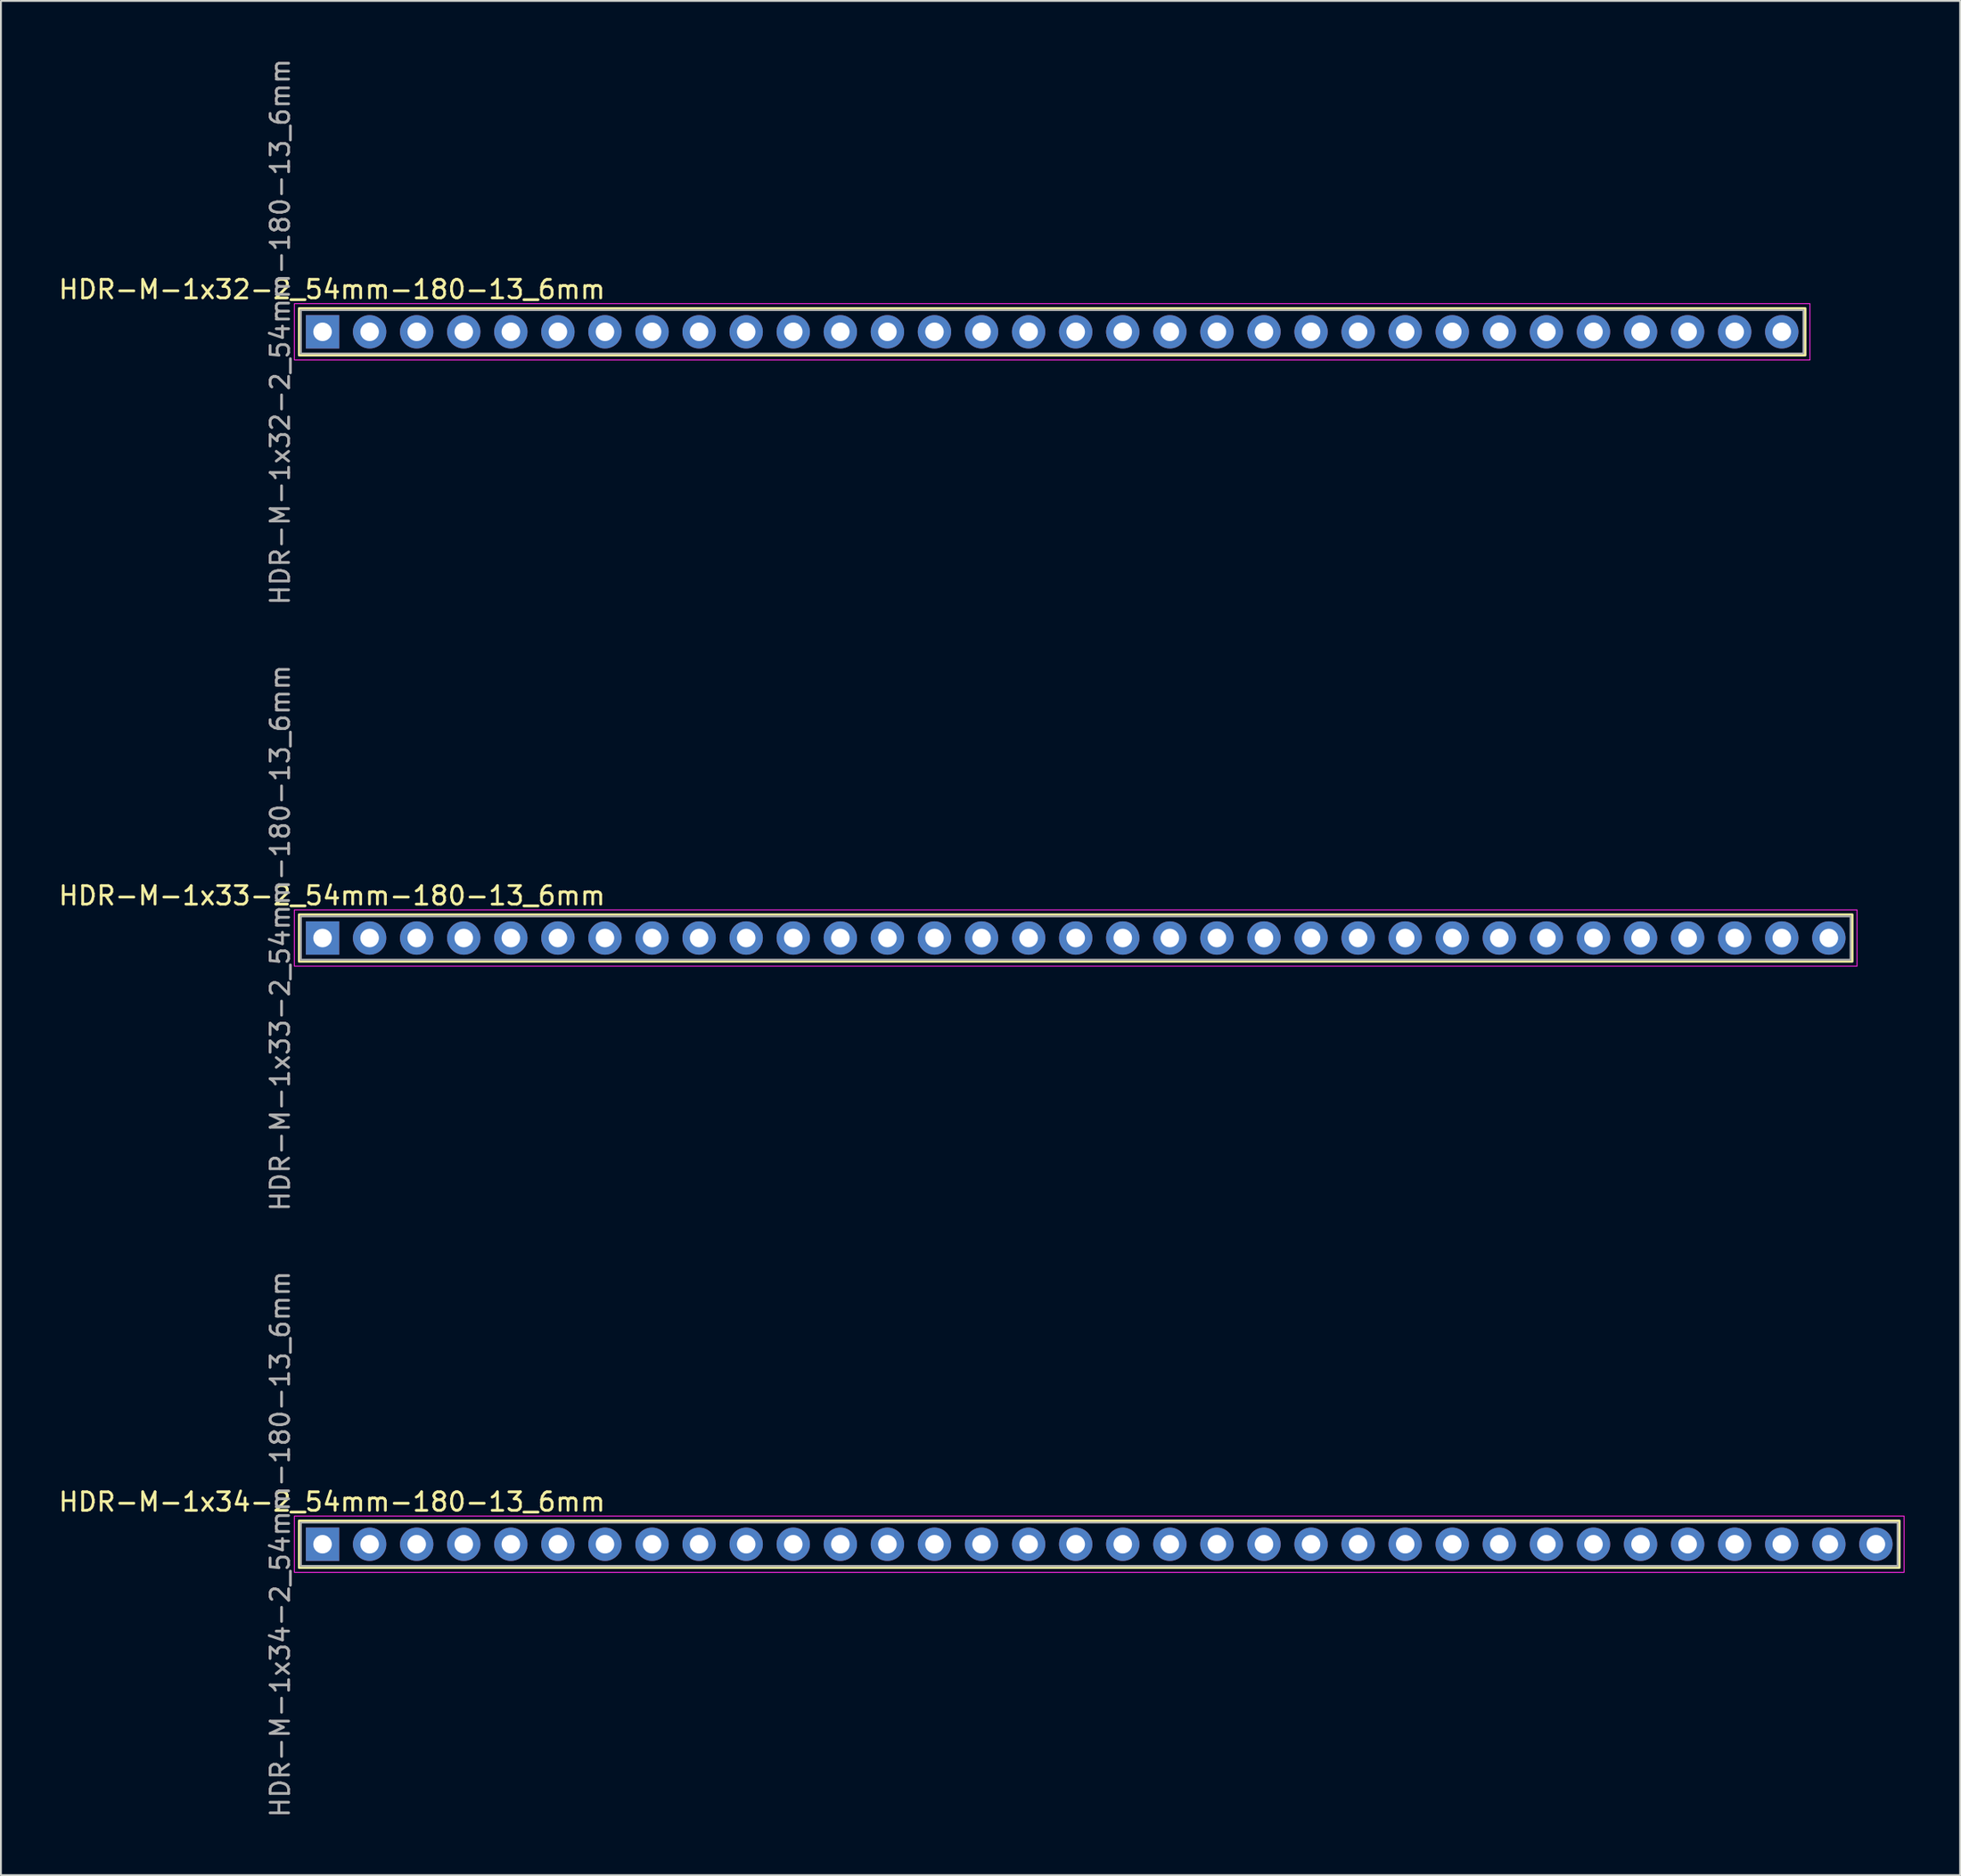
<source format=kicad_pcb>
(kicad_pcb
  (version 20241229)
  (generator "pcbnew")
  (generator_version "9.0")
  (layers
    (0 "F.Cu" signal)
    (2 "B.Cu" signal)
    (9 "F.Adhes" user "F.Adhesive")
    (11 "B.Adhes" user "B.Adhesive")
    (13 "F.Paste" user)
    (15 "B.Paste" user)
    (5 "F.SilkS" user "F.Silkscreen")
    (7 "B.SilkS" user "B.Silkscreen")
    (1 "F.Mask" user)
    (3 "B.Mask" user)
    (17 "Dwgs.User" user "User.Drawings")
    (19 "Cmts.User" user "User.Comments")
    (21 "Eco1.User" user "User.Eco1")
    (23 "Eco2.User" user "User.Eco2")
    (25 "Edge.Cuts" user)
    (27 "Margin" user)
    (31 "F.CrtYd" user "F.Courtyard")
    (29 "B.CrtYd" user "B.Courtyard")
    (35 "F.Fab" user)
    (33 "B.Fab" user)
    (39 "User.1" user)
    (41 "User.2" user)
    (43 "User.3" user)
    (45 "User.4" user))
  (footprint "HDR-M-1x32-2_54mm-180-13_6mm"
    (layer "F.Cu")
    (at 14.355 14.863)
    (property "Reference" "HDR-M-1x32-2_54mm-180-13_6mm" (at 0.508 -2.286 0) (unlocked yes) (layer "F.SilkS") (effects (font (size 1 1) (thickness 0.15))))
    (attr through_hole)
    (fp_rect (start -1.27 -1.27) (end 80.01 1.27) (stroke (width 0.12) (type solid)) (fill no) (layer "F.SilkS"))
    (fp_rect (start -1.52 -1.52) (end 80.26 1.52) (stroke (width 0.05) (type solid)) (fill no) (layer "F.CrtYd"))
    (fp_rect (start -1.17 -1.17) (end 79.91 1.17) (stroke (width 0.1) (type solid)) (fill no) (layer "F.Fab"))
    (fp_text user "${REFERENCE}" (at -2.286 0 90) (unlocked yes) (layer "F.Fab") (effects (font (size 1 1) (thickness 0.15))))
    (pad "1" thru_hole rect (at 0 0) (size 1.8 1.8) (drill 1) (layers "*.Cu" "*.Mask"))
    (pad "2" thru_hole circle (at 2.54 0) (size 1.8 1.8) (drill 1) (layers "*.Cu" "*.Mask"))
    (pad "3" thru_hole circle (at 5.08 0) (size 1.8 1.8) (drill 1) (layers "*.Cu" "*.Mask"))
    (pad "4" thru_hole circle (at 7.62 0) (size 1.8 1.8) (drill 1) (layers "*.Cu" "*.Mask"))
    (pad "5" thru_hole circle (at 10.16 0) (size 1.8 1.8) (drill 1) (layers "*.Cu" "*.Mask"))
    (pad "6" thru_hole circle (at 12.7 0) (size 1.8 1.8) (drill 1) (layers "*.Cu" "*.Mask"))
    (pad "7" thru_hole circle (at 15.24 0) (size 1.8 1.8) (drill 1) (layers "*.Cu" "*.Mask"))
    (pad "8" thru_hole circle (at 17.78 0) (size 1.8 1.8) (drill 1) (layers "*.Cu" "*.Mask"))
    (pad "9" thru_hole circle (at 20.32 0) (size 1.8 1.8) (drill 1) (layers "*.Cu" "*.Mask"))
    (pad "10" thru_hole circle (at 22.86 0) (size 1.8 1.8) (drill 1) (layers "*.Cu" "*.Mask"))
    (pad "11" thru_hole circle (at 25.4 0) (size 1.8 1.8) (drill 1) (layers "*.Cu" "*.Mask"))
    (pad "12" thru_hole circle (at 27.94 0) (size 1.8 1.8) (drill 1) (layers "*.Cu" "*.Mask"))
    (pad "13" thru_hole circle (at 30.48 0) (size 1.8 1.8) (drill 1) (layers "*.Cu" "*.Mask"))
    (pad "14" thru_hole circle (at 33.02 0) (size 1.8 1.8) (drill 1) (layers "*.Cu" "*.Mask"))
    (pad "15" thru_hole circle (at 35.56 0) (size 1.8 1.8) (drill 1) (layers "*.Cu" "*.Mask"))
    (pad "16" thru_hole circle (at 38.1 0) (size 1.8 1.8) (drill 1) (layers "*.Cu" "*.Mask"))
    (pad "17" thru_hole circle (at 40.64 0) (size 1.8 1.8) (drill 1) (layers "*.Cu" "*.Mask"))
    (pad "18" thru_hole circle (at 43.18 0) (size 1.8 1.8) (drill 1) (layers "*.Cu" "*.Mask"))
    (pad "19" thru_hole circle (at 45.72 0) (size 1.8 1.8) (drill 1) (layers "*.Cu" "*.Mask"))
    (pad "20" thru_hole circle (at 48.26 0) (size 1.8 1.8) (drill 1) (layers "*.Cu" "*.Mask"))
    (pad "21" thru_hole circle (at 50.8 0) (size 1.8 1.8) (drill 1) (layers "*.Cu" "*.Mask"))
    (pad "22" thru_hole circle (at 53.34 0) (size 1.8 1.8) (drill 1) (layers "*.Cu" "*.Mask"))
    (pad "23" thru_hole circle (at 55.88 0) (size 1.8 1.8) (drill 1) (layers "*.Cu" "*.Mask"))
    (pad "24" thru_hole circle (at 58.42 0) (size 1.8 1.8) (drill 1) (layers "*.Cu" "*.Mask"))
    (pad "25" thru_hole circle (at 60.96 0) (size 1.8 1.8) (drill 1) (layers "*.Cu" "*.Mask"))
    (pad "26" thru_hole circle (at 63.5 0) (size 1.8 1.8) (drill 1) (layers "*.Cu" "*.Mask"))
    (pad "27" thru_hole circle (at 66.04 0) (size 1.8 1.8) (drill 1) (layers "*.Cu" "*.Mask"))
    (pad "28" thru_hole circle (at 68.58 0) (size 1.8 1.8) (drill 1) (layers "*.Cu" "*.Mask"))
    (pad "29" thru_hole circle (at 71.12 0) (size 1.8 1.8) (drill 1) (layers "*.Cu" "*.Mask"))
    (pad "30" thru_hole circle (at 73.66 0) (size 1.8 1.8) (drill 1) (layers "*.Cu" "*.Mask"))
    (pad "31" thru_hole circle (at 76.2 0) (size 1.8 1.8) (drill 1) (layers "*.Cu" "*.Mask"))
    (pad "32" thru_hole circle (at 78.74 0) (size 1.8 1.8) (drill 1) (layers "*.Cu" "*.Mask")))
  (footprint "HDR-M-1x33-2_54mm-180-13_6mm"
    (layer "F.Cu")
    (at 14.355 47.589)
    (property "Reference" "HDR-M-1x33-2_54mm-180-13_6mm" (at 0.508 -2.286 0) (unlocked yes) (layer "F.SilkS") (effects (font (size 1 1) (thickness 0.15))))
    (attr through_hole)
    (fp_rect (start -1.27 -1.27) (end 82.55 1.27) (stroke (width 0.12) (type solid)) (fill no) (layer "F.SilkS"))
    (fp_rect (start -1.52 -1.52) (end 82.8 1.52) (stroke (width 0.05) (type solid)) (fill no) (layer "F.CrtYd"))
    (fp_rect (start -1.17 -1.17) (end 82.45 1.17) (stroke (width 0.1) (type solid)) (fill no) (layer "F.Fab"))
    (fp_text user "${REFERENCE}" (at -2.286 0 90) (unlocked yes) (layer "F.Fab") (effects (font (size 1 1) (thickness 0.15))))
    (pad "1" thru_hole rect (at 0 0) (size 1.8 1.8) (drill 1) (layers "*.Cu" "*.Mask"))
    (pad "2" thru_hole circle (at 2.54 0) (size 1.8 1.8) (drill 1) (layers "*.Cu" "*.Mask"))
    (pad "3" thru_hole circle (at 5.08 0) (size 1.8 1.8) (drill 1) (layers "*.Cu" "*.Mask"))
    (pad "4" thru_hole circle (at 7.62 0) (size 1.8 1.8) (drill 1) (layers "*.Cu" "*.Mask"))
    (pad "5" thru_hole circle (at 10.16 0) (size 1.8 1.8) (drill 1) (layers "*.Cu" "*.Mask"))
    (pad "6" thru_hole circle (at 12.7 0) (size 1.8 1.8) (drill 1) (layers "*.Cu" "*.Mask"))
    (pad "7" thru_hole circle (at 15.24 0) (size 1.8 1.8) (drill 1) (layers "*.Cu" "*.Mask"))
    (pad "8" thru_hole circle (at 17.78 0) (size 1.8 1.8) (drill 1) (layers "*.Cu" "*.Mask"))
    (pad "9" thru_hole circle (at 20.32 0) (size 1.8 1.8) (drill 1) (layers "*.Cu" "*.Mask"))
    (pad "10" thru_hole circle (at 22.86 0) (size 1.8 1.8) (drill 1) (layers "*.Cu" "*.Mask"))
    (pad "11" thru_hole circle (at 25.4 0) (size 1.8 1.8) (drill 1) (layers "*.Cu" "*.Mask"))
    (pad "12" thru_hole circle (at 27.94 0) (size 1.8 1.8) (drill 1) (layers "*.Cu" "*.Mask"))
    (pad "13" thru_hole circle (at 30.48 0) (size 1.8 1.8) (drill 1) (layers "*.Cu" "*.Mask"))
    (pad "14" thru_hole circle (at 33.02 0) (size 1.8 1.8) (drill 1) (layers "*.Cu" "*.Mask"))
    (pad "15" thru_hole circle (at 35.56 0) (size 1.8 1.8) (drill 1) (layers "*.Cu" "*.Mask"))
    (pad "16" thru_hole circle (at 38.1 0) (size 1.8 1.8) (drill 1) (layers "*.Cu" "*.Mask"))
    (pad "17" thru_hole circle (at 40.64 0) (size 1.8 1.8) (drill 1) (layers "*.Cu" "*.Mask"))
    (pad "18" thru_hole circle (at 43.18 0) (size 1.8 1.8) (drill 1) (layers "*.Cu" "*.Mask"))
    (pad "19" thru_hole circle (at 45.72 0) (size 1.8 1.8) (drill 1) (layers "*.Cu" "*.Mask"))
    (pad "20" thru_hole circle (at 48.26 0) (size 1.8 1.8) (drill 1) (layers "*.Cu" "*.Mask"))
    (pad "21" thru_hole circle (at 50.8 0) (size 1.8 1.8) (drill 1) (layers "*.Cu" "*.Mask"))
    (pad "22" thru_hole circle (at 53.34 0) (size 1.8 1.8) (drill 1) (layers "*.Cu" "*.Mask"))
    (pad "23" thru_hole circle (at 55.88 0) (size 1.8 1.8) (drill 1) (layers "*.Cu" "*.Mask"))
    (pad "24" thru_hole circle (at 58.42 0) (size 1.8 1.8) (drill 1) (layers "*.Cu" "*.Mask"))
    (pad "25" thru_hole circle (at 60.96 0) (size 1.8 1.8) (drill 1) (layers "*.Cu" "*.Mask"))
    (pad "26" thru_hole circle (at 63.5 0) (size 1.8 1.8) (drill 1) (layers "*.Cu" "*.Mask"))
    (pad "27" thru_hole circle (at 66.04 0) (size 1.8 1.8) (drill 1) (layers "*.Cu" "*.Mask"))
    (pad "28" thru_hole circle (at 68.58 0) (size 1.8 1.8) (drill 1) (layers "*.Cu" "*.Mask"))
    (pad "29" thru_hole circle (at 71.12 0) (size 1.8 1.8) (drill 1) (layers "*.Cu" "*.Mask"))
    (pad "30" thru_hole circle (at 73.66 0) (size 1.8 1.8) (drill 1) (layers "*.Cu" "*.Mask"))
    (pad "31" thru_hole circle (at 76.2 0) (size 1.8 1.8) (drill 1) (layers "*.Cu" "*.Mask"))
    (pad "32" thru_hole circle (at 78.74 0) (size 1.8 1.8) (drill 1) (layers "*.Cu" "*.Mask"))
    (pad "33" thru_hole circle (at 81.28 0) (size 1.8 1.8) (drill 1) (layers "*.Cu" "*.Mask")))
  (footprint "HDR-M-1x34-2_54mm-180-13_6mm"
    (layer "F.Cu")
    (at 14.355 80.315)
    (property "Reference" "HDR-M-1x34-2_54mm-180-13_6mm" (at 0.508 -2.286 0) (unlocked yes) (layer "F.SilkS") (effects (font (size 1 1) (thickness 0.15))))
    (attr through_hole)
    (fp_rect (start -1.27 -1.27) (end 85.09 1.27) (stroke (width 0.12) (type solid)) (fill no) (layer "F.SilkS"))
    (fp_rect (start -1.52 -1.52) (end 85.34 1.52) (stroke (width 0.05) (type solid)) (fill no) (layer "F.CrtYd"))
    (fp_rect (start -1.17 -1.17) (end 84.99 1.17) (stroke (width 0.1) (type solid)) (fill no) (layer "F.Fab"))
    (fp_text user "${REFERENCE}" (at -2.286 0 90) (unlocked yes) (layer "F.Fab") (effects (font (size 1 1) (thickness 0.15))))
    (pad "1" thru_hole rect (at 0 0) (size 1.8 1.8) (drill 1) (layers "*.Cu" "*.Mask"))
    (pad "2" thru_hole circle (at 2.54 0) (size 1.8 1.8) (drill 1) (layers "*.Cu" "*.Mask"))
    (pad "3" thru_hole circle (at 5.08 0) (size 1.8 1.8) (drill 1) (layers "*.Cu" "*.Mask"))
    (pad "4" thru_hole circle (at 7.62 0) (size 1.8 1.8) (drill 1) (layers "*.Cu" "*.Mask"))
    (pad "5" thru_hole circle (at 10.16 0) (size 1.8 1.8) (drill 1) (layers "*.Cu" "*.Mask"))
    (pad "6" thru_hole circle (at 12.7 0) (size 1.8 1.8) (drill 1) (layers "*.Cu" "*.Mask"))
    (pad "7" thru_hole circle (at 15.24 0) (size 1.8 1.8) (drill 1) (layers "*.Cu" "*.Mask"))
    (pad "8" thru_hole circle (at 17.78 0) (size 1.8 1.8) (drill 1) (layers "*.Cu" "*.Mask"))
    (pad "9" thru_hole circle (at 20.32 0) (size 1.8 1.8) (drill 1) (layers "*.Cu" "*.Mask"))
    (pad "10" thru_hole circle (at 22.86 0) (size 1.8 1.8) (drill 1) (layers "*.Cu" "*.Mask"))
    (pad "11" thru_hole circle (at 25.4 0) (size 1.8 1.8) (drill 1) (layers "*.Cu" "*.Mask"))
    (pad "12" thru_hole circle (at 27.94 0) (size 1.8 1.8) (drill 1) (layers "*.Cu" "*.Mask"))
    (pad "13" thru_hole circle (at 30.48 0) (size 1.8 1.8) (drill 1) (layers "*.Cu" "*.Mask"))
    (pad "14" thru_hole circle (at 33.02 0) (size 1.8 1.8) (drill 1) (layers "*.Cu" "*.Mask"))
    (pad "15" thru_hole circle (at 35.56 0) (size 1.8 1.8) (drill 1) (layers "*.Cu" "*.Mask"))
    (pad "16" thru_hole circle (at 38.1 0) (size 1.8 1.8) (drill 1) (layers "*.Cu" "*.Mask"))
    (pad "17" thru_hole circle (at 40.64 0) (size 1.8 1.8) (drill 1) (layers "*.Cu" "*.Mask"))
    (pad "18" thru_hole circle (at 43.18 0) (size 1.8 1.8) (drill 1) (layers "*.Cu" "*.Mask"))
    (pad "19" thru_hole circle (at 45.72 0) (size 1.8 1.8) (drill 1) (layers "*.Cu" "*.Mask"))
    (pad "20" thru_hole circle (at 48.26 0) (size 1.8 1.8) (drill 1) (layers "*.Cu" "*.Mask"))
    (pad "21" thru_hole circle (at 50.8 0) (size 1.8 1.8) (drill 1) (layers "*.Cu" "*.Mask"))
    (pad "22" thru_hole circle (at 53.34 0) (size 1.8 1.8) (drill 1) (layers "*.Cu" "*.Mask"))
    (pad "23" thru_hole circle (at 55.88 0) (size 1.8 1.8) (drill 1) (layers "*.Cu" "*.Mask"))
    (pad "24" thru_hole circle (at 58.42 0) (size 1.8 1.8) (drill 1) (layers "*.Cu" "*.Mask"))
    (pad "25" thru_hole circle (at 60.96 0) (size 1.8 1.8) (drill 1) (layers "*.Cu" "*.Mask"))
    (pad "26" thru_hole circle (at 63.5 0) (size 1.8 1.8) (drill 1) (layers "*.Cu" "*.Mask"))
    (pad "27" thru_hole circle (at 66.04 0) (size 1.8 1.8) (drill 1) (layers "*.Cu" "*.Mask"))
    (pad "28" thru_hole circle (at 68.58 0) (size 1.8 1.8) (drill 1) (layers "*.Cu" "*.Mask"))
    (pad "29" thru_hole circle (at 71.12 0) (size 1.8 1.8) (drill 1) (layers "*.Cu" "*.Mask"))
    (pad "30" thru_hole circle (at 73.66 0) (size 1.8 1.8) (drill 1) (layers "*.Cu" "*.Mask"))
    (pad "31" thru_hole circle (at 76.2 0) (size 1.8 1.8) (drill 1) (layers "*.Cu" "*.Mask"))
    (pad "32" thru_hole circle (at 78.74 0) (size 1.8 1.8) (drill 1) (layers "*.Cu" "*.Mask"))
    (pad "33" thru_hole circle (at 81.28 0) (size 1.8 1.8) (drill 1) (layers "*.Cu" "*.Mask"))
    (pad "34" thru_hole circle (at 83.82 0) (size 1.8 1.8) (drill 1) (layers "*.Cu" "*.Mask")))
  (gr_rect
    (start -3 -3)
    (end 102.72 98.179)
    (stroke (width 0.1) (type default))
    (fill no)
    (layer "Edge.Cuts")))
</source>
